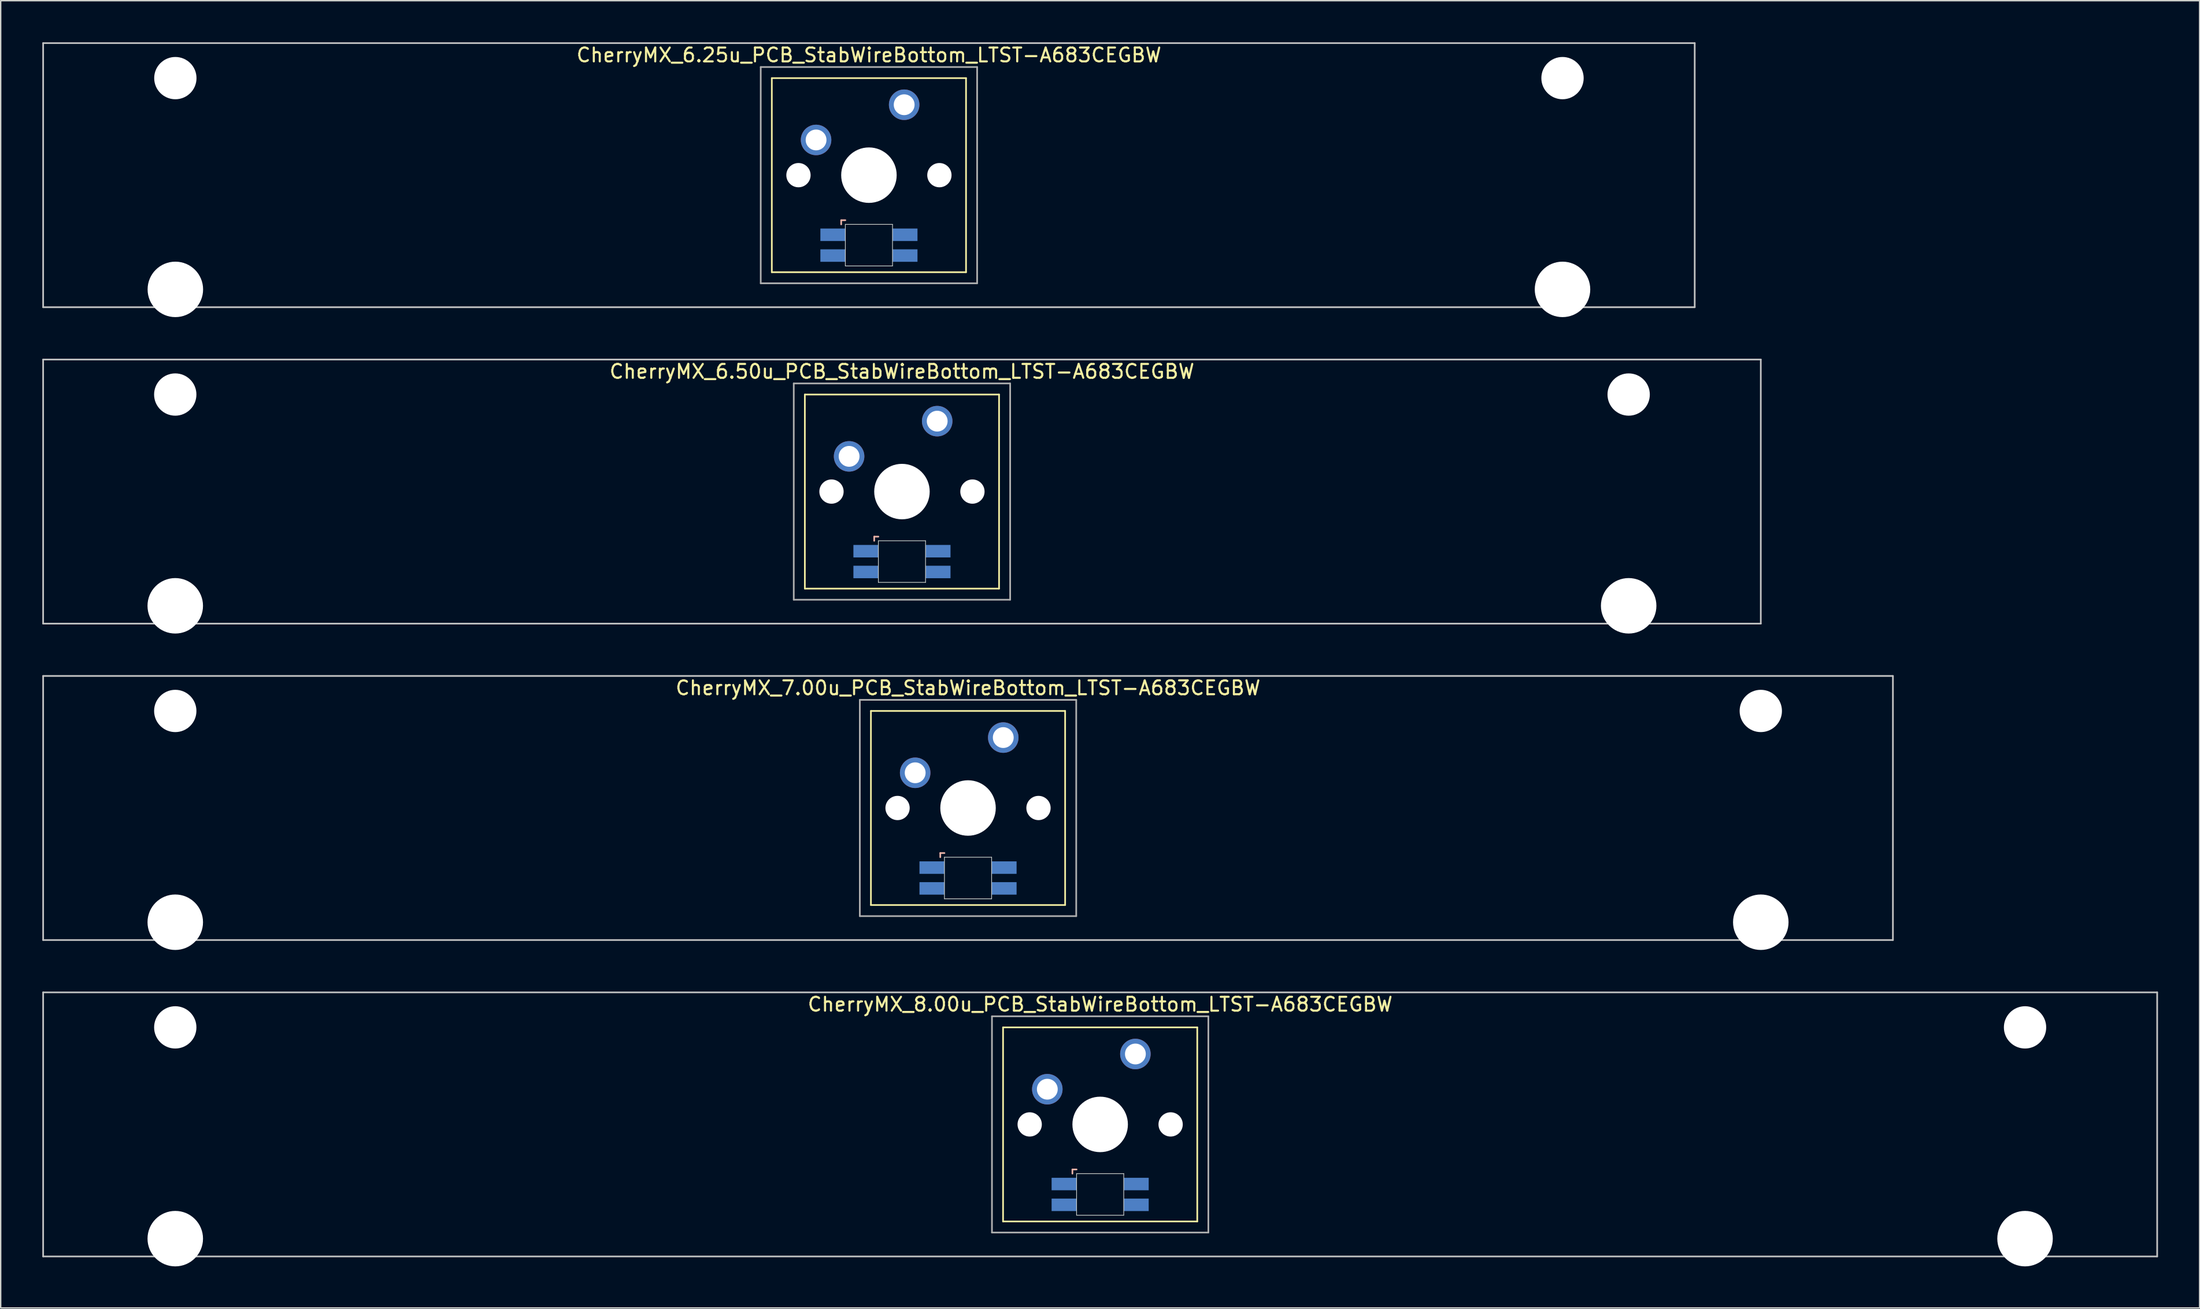
<source format=kicad_pcb>
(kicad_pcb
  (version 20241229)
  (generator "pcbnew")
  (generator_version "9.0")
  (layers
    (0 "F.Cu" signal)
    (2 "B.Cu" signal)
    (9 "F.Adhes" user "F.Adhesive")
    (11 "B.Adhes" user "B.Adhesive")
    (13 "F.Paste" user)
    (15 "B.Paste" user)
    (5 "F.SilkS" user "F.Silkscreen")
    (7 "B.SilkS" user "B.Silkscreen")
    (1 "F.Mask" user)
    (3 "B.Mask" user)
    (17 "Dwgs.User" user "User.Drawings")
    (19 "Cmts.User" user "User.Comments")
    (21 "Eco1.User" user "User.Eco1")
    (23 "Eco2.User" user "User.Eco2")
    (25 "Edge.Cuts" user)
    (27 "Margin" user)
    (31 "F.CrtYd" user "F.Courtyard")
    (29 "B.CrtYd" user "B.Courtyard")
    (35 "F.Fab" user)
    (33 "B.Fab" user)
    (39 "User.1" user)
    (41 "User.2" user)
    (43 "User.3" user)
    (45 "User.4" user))
  (footprint "CherryMX_8.00u_PCB_StabWireBottom_LTST-A683CEGBW"
    (layer "F.Cu")
    (at 76.26 78.06)
    (property "Reference" "CherryMX_8.00u_PCB_StabWireBottom_LTST-A683CEGBW" (at 0 -8.662 0) (layer "F.SilkS") (effects (font (size 1 1) (thickness 0.15))))
    (attr through_hole)
    (fp_line (start -7 -7) (end -7 7) (stroke (width 0.12) (type solid)) (layer "F.SilkS"))
    (fp_line (start -7 -7) (end 7 -7) (stroke (width 0.12) (type solid)) (layer "F.SilkS"))
    (fp_line (start 7 -7) (end 7 7) (stroke (width 0.12) (type solid)) (layer "F.SilkS"))
    (fp_line (start 7 7) (end -7 7) (stroke (width 0.12) (type solid)) (layer "F.SilkS"))
    (fp_line (start -2 3.25) (end -2 3.55) (stroke (width 0.12) (type solid)) (layer "B.SilkS"))
    (fp_line (start -1.7 3.25) (end -2 3.25) (stroke (width 0.12) (type solid)) (layer "B.SilkS"))
    (fp_line (start -76.2 -9.525) (end 76.2 -9.525) (stroke (width 0.12) (type solid)) (layer "Dwgs.User"))
    (fp_line (start -76.2 9.525) (end -76.2 -9.525) (stroke (width 0.12) (type solid)) (layer "Dwgs.User"))
    (fp_line (start 76.2 -9.525) (end 76.2 9.525) (stroke (width 0.12) (type solid)) (layer "Dwgs.User"))
    (fp_line (start 76.2 9.525) (end -76.2 9.525) (stroke (width 0.12) (type solid)) (layer "Dwgs.User"))
    (fp_line (start -1.7 3.55) (end 1.7 3.55) (stroke (width 0.05) (type solid)) (layer "Edge.Cuts"))
    (fp_line (start -1.7 6.55) (end -1.7 3.55) (stroke (width 0.05) (type solid)) (layer "Edge.Cuts"))
    (fp_line (start 1.7 3.55) (end 1.7 6.55) (stroke (width 0.05) (type solid)) (layer "Edge.Cuts"))
    (fp_line (start 1.7 6.55) (end -1.7 6.55) (stroke (width 0.05) (type solid)) (layer "Edge.Cuts"))
    (fp_line (start -7.8 -7.8) (end -7.8 7.8) (stroke (width 0.12) (type solid)) (layer "F.Fab"))
    (fp_line (start -7.8 -7.8) (end 7.8 -7.8) (stroke (width 0.12) (type solid)) (layer "F.Fab"))
    (fp_line (start -7.8 7.8) (end 7.8 7.8) (stroke (width 0.12) (type solid)) (layer "F.Fab"))
    (fp_line (start 7.8 -7.8) (end 7.8 7.8) (stroke (width 0.12) (type solid)) (layer "F.Fab"))
    (pad "" np_thru_hole circle (at -66.675 -7) (size 3.05 3.05) (drill 3.05) (layers "*.Cu" "*.Mask"))
    (pad "" np_thru_hole circle (at -66.675 8.24) (size 4 4) (drill 4) (layers "*.Cu" "*.Mask"))
    (pad "" np_thru_hole circle (at -5.08 0) (size 1.75 1.75) (drill 1.75) (layers "*.Cu" "*.Mask"))
    (pad "" np_thru_hole circle (at 0 0) (size 4 4) (drill 4) (layers "*.Cu" "*.Mask"))
    (pad "" np_thru_hole circle (at 5.08 0) (size 1.75 1.75) (drill 1.75) (layers "*.Cu" "*.Mask"))
    (pad "" np_thru_hole circle (at 66.675 -7) (size 3.05 3.05) (drill 3.05) (layers "*.Cu" "*.Mask"))
    (pad "" np_thru_hole circle (at 66.675 8.24) (size 4 4) (drill 4) (layers "*.Cu" "*.Mask"))
    (pad "1" thru_hole circle (at -3.81 -2.54) (size 2.2 2.2) (drill 1.5) (layers "*.Cu" "*.Mask"))
    (pad "2" thru_hole circle (at 2.54 -5.08) (size 2.2 2.2) (drill 1.5) (layers "*.Cu" "*.Mask"))
    (pad "3" smd rect (at -2.6 4.3) (size 1.8 0.9) (layers "B.Cu" "B.Mask" "B.Paste"))
    (pad "4" smd rect (at -2.6 5.8) (size 1.8 0.9) (layers "B.Cu" "B.Mask" "B.Paste"))
    (pad "5" smd rect (at 2.6 4.3) (size 1.8 0.9) (layers "B.Cu" "B.Mask" "B.Paste"))
    (pad "6" smd rect (at 2.6 5.8) (size 1.8 0.9) (layers "B.Cu" "B.Mask" "B.Paste")))
  (footprint "CherryMX_7.00u_PCB_StabWireBottom_LTST-A683CEGBW"
    (layer "F.Cu")
    (at 66.735 55.235)
    (property "Reference" "CherryMX_7.00u_PCB_StabWireBottom_LTST-A683CEGBW" (at 0 -8.662 0) (layer "F.SilkS") (effects (font (size 1 1) (thickness 0.15))))
    (attr through_hole)
    (fp_line (start -7 -7) (end -7 7) (stroke (width 0.12) (type solid)) (layer "F.SilkS"))
    (fp_line (start -7 -7) (end 7 -7) (stroke (width 0.12) (type solid)) (layer "F.SilkS"))
    (fp_line (start 7 -7) (end 7 7) (stroke (width 0.12) (type solid)) (layer "F.SilkS"))
    (fp_line (start 7 7) (end -7 7) (stroke (width 0.12) (type solid)) (layer "F.SilkS"))
    (fp_line (start -2 3.25) (end -2 3.55) (stroke (width 0.12) (type solid)) (layer "B.SilkS"))
    (fp_line (start -1.7 3.25) (end -2 3.25) (stroke (width 0.12) (type solid)) (layer "B.SilkS"))
    (fp_line (start -66.675 -9.525) (end 66.675 -9.525) (stroke (width 0.12) (type solid)) (layer "Dwgs.User"))
    (fp_line (start -66.675 9.525) (end -66.675 -9.525) (stroke (width 0.12) (type solid)) (layer "Dwgs.User"))
    (fp_line (start 66.675 -9.525) (end 66.675 9.525) (stroke (width 0.12) (type solid)) (layer "Dwgs.User"))
    (fp_line (start 66.675 9.525) (end -66.675 9.525) (stroke (width 0.12) (type solid)) (layer "Dwgs.User"))
    (fp_line (start -1.7 3.55) (end 1.7 3.55) (stroke (width 0.05) (type solid)) (layer "Edge.Cuts"))
    (fp_line (start -1.7 6.55) (end -1.7 3.55) (stroke (width 0.05) (type solid)) (layer "Edge.Cuts"))
    (fp_line (start 1.7 3.55) (end 1.7 6.55) (stroke (width 0.05) (type solid)) (layer "Edge.Cuts"))
    (fp_line (start 1.7 6.55) (end -1.7 6.55) (stroke (width 0.05) (type solid)) (layer "Edge.Cuts"))
    (fp_line (start -7.8 -7.8) (end -7.8 7.8) (stroke (width 0.12) (type solid)) (layer "F.Fab"))
    (fp_line (start -7.8 -7.8) (end 7.8 -7.8) (stroke (width 0.12) (type solid)) (layer "F.Fab"))
    (fp_line (start -7.8 7.8) (end 7.8 7.8) (stroke (width 0.12) (type solid)) (layer "F.Fab"))
    (fp_line (start 7.8 -7.8) (end 7.8 7.8) (stroke (width 0.12) (type solid)) (layer "F.Fab"))
    (pad "" np_thru_hole circle (at -57.15 -7) (size 3.05 3.05) (drill 3.05) (layers "*.Cu" "*.Mask"))
    (pad "" np_thru_hole circle (at -57.15 8.24) (size 4 4) (drill 4) (layers "*.Cu" "*.Mask"))
    (pad "" np_thru_hole circle (at -5.08 0) (size 1.75 1.75) (drill 1.75) (layers "*.Cu" "*.Mask"))
    (pad "" np_thru_hole circle (at 0 0) (size 4 4) (drill 4) (layers "*.Cu" "*.Mask"))
    (pad "" np_thru_hole circle (at 5.08 0) (size 1.75 1.75) (drill 1.75) (layers "*.Cu" "*.Mask"))
    (pad "" np_thru_hole circle (at 57.15 -7) (size 3.05 3.05) (drill 3.05) (layers "*.Cu" "*.Mask"))
    (pad "" np_thru_hole circle (at 57.15 8.24) (size 4 4) (drill 4) (layers "*.Cu" "*.Mask"))
    (pad "1" thru_hole circle (at -3.81 -2.54) (size 2.2 2.2) (drill 1.5) (layers "*.Cu" "*.Mask"))
    (pad "2" thru_hole circle (at 2.54 -5.08) (size 2.2 2.2) (drill 1.5) (layers "*.Cu" "*.Mask"))
    (pad "3" smd rect (at -2.6 4.3) (size 1.8 0.9) (layers "B.Cu" "B.Mask" "B.Paste"))
    (pad "4" smd rect (at -2.6 5.8) (size 1.8 0.9) (layers "B.Cu" "B.Mask" "B.Paste"))
    (pad "5" smd rect (at 2.6 4.3) (size 1.8 0.9) (layers "B.Cu" "B.Mask" "B.Paste"))
    (pad "6" smd rect (at 2.6 5.8) (size 1.8 0.9) (layers "B.Cu" "B.Mask" "B.Paste")))
  (footprint "CherryMX_6.50u_PCB_StabWireBottom_LTST-A683CEGBW"
    (layer "F.Cu")
    (at 61.972 32.41)
    (property "Reference" "CherryMX_6.50u_PCB_StabWireBottom_LTST-A683CEGBW" (at 0 -8.662 0) (layer "F.SilkS") (effects (font (size 1 1) (thickness 0.15))))
    (attr through_hole)
    (fp_line (start -7 -7) (end -7 7) (stroke (width 0.12) (type solid)) (layer "F.SilkS"))
    (fp_line (start -7 -7) (end 7 -7) (stroke (width 0.12) (type solid)) (layer "F.SilkS"))
    (fp_line (start 7 -7) (end 7 7) (stroke (width 0.12) (type solid)) (layer "F.SilkS"))
    (fp_line (start 7 7) (end -7 7) (stroke (width 0.12) (type solid)) (layer "F.SilkS"))
    (fp_line (start -2 3.25) (end -2 3.55) (stroke (width 0.12) (type solid)) (layer "B.SilkS"))
    (fp_line (start -1.7 3.25) (end -2 3.25) (stroke (width 0.12) (type solid)) (layer "B.SilkS"))
    (fp_line (start -61.913 -9.525) (end 61.913 -9.525) (stroke (width 0.12) (type solid)) (layer "Dwgs.User"))
    (fp_line (start -61.913 9.525) (end -61.913 -9.525) (stroke (width 0.12) (type solid)) (layer "Dwgs.User"))
    (fp_line (start 61.913 -9.525) (end 61.913 9.525) (stroke (width 0.12) (type solid)) (layer "Dwgs.User"))
    (fp_line (start 61.913 9.525) (end -61.913 9.525) (stroke (width 0.12) (type solid)) (layer "Dwgs.User"))
    (fp_line (start -1.7 3.55) (end 1.7 3.55) (stroke (width 0.05) (type solid)) (layer "Edge.Cuts"))
    (fp_line (start -1.7 6.55) (end -1.7 3.55) (stroke (width 0.05) (type solid)) (layer "Edge.Cuts"))
    (fp_line (start 1.7 3.55) (end 1.7 6.55) (stroke (width 0.05) (type solid)) (layer "Edge.Cuts"))
    (fp_line (start 1.7 6.55) (end -1.7 6.55) (stroke (width 0.05) (type solid)) (layer "Edge.Cuts"))
    (fp_line (start -7.8 -7.8) (end -7.8 7.8) (stroke (width 0.12) (type solid)) (layer "F.Fab"))
    (fp_line (start -7.8 -7.8) (end 7.8 -7.8) (stroke (width 0.12) (type solid)) (layer "F.Fab"))
    (fp_line (start -7.8 7.8) (end 7.8 7.8) (stroke (width 0.12) (type solid)) (layer "F.Fab"))
    (fp_line (start 7.8 -7.8) (end 7.8 7.8) (stroke (width 0.12) (type solid)) (layer "F.Fab"))
    (pad "" np_thru_hole circle (at -52.388 -7) (size 3.05 3.05) (drill 3.05) (layers "*.Cu" "*.Mask"))
    (pad "" np_thru_hole circle (at -52.388 8.24) (size 4 4) (drill 4) (layers "*.Cu" "*.Mask"))
    (pad "" np_thru_hole circle (at -5.08 0) (size 1.75 1.75) (drill 1.75) (layers "*.Cu" "*.Mask"))
    (pad "" np_thru_hole circle (at 0 0) (size 4 4) (drill 4) (layers "*.Cu" "*.Mask"))
    (pad "" np_thru_hole circle (at 5.08 0) (size 1.75 1.75) (drill 1.75) (layers "*.Cu" "*.Mask"))
    (pad "" np_thru_hole circle (at 52.388 -7) (size 3.05 3.05) (drill 3.05) (layers "*.Cu" "*.Mask"))
    (pad "" np_thru_hole circle (at 52.388 8.24) (size 4 4) (drill 4) (layers "*.Cu" "*.Mask"))
    (pad "1" thru_hole circle (at -3.81 -2.54) (size 2.2 2.2) (drill 1.5) (layers "*.Cu" "*.Mask"))
    (pad "2" thru_hole circle (at 2.54 -5.08) (size 2.2 2.2) (drill 1.5) (layers "*.Cu" "*.Mask"))
    (pad "3" smd rect (at -2.6 4.3) (size 1.8 0.9) (layers "B.Cu" "B.Mask" "B.Paste"))
    (pad "4" smd rect (at -2.6 5.8) (size 1.8 0.9) (layers "B.Cu" "B.Mask" "B.Paste"))
    (pad "5" smd rect (at 2.6 4.3) (size 1.8 0.9) (layers "B.Cu" "B.Mask" "B.Paste"))
    (pad "6" smd rect (at 2.6 5.8) (size 1.8 0.9) (layers "B.Cu" "B.Mask" "B.Paste")))
  (footprint "CherryMX_6.25u_PCB_StabWireBottom_LTST-A683CEGBW"
    (layer "F.Cu")
    (at 59.591 9.585)
    (property "Reference" "CherryMX_6.25u_PCB_StabWireBottom_LTST-A683CEGBW" (at 0 -8.662 0) (layer "F.SilkS") (effects (font (size 1 1) (thickness 0.15))))
    (attr through_hole)
    (fp_line (start -7 -7) (end -7 7) (stroke (width 0.12) (type solid)) (layer "F.SilkS"))
    (fp_line (start -7 -7) (end 7 -7) (stroke (width 0.12) (type solid)) (layer "F.SilkS"))
    (fp_line (start 7 -7) (end 7 7) (stroke (width 0.12) (type solid)) (layer "F.SilkS"))
    (fp_line (start 7 7) (end -7 7) (stroke (width 0.12) (type solid)) (layer "F.SilkS"))
    (fp_line (start -2 3.25) (end -2 3.55) (stroke (width 0.12) (type solid)) (layer "B.SilkS"))
    (fp_line (start -1.7 3.25) (end -2 3.25) (stroke (width 0.12) (type solid)) (layer "B.SilkS"))
    (fp_line (start -59.531 -9.525) (end 59.531 -9.525) (stroke (width 0.12) (type solid)) (layer "Dwgs.User"))
    (fp_line (start -59.531 9.525) (end -59.531 -9.525) (stroke (width 0.12) (type solid)) (layer "Dwgs.User"))
    (fp_line (start 59.531 -9.525) (end 59.531 9.525) (stroke (width 0.12) (type solid)) (layer "Dwgs.User"))
    (fp_line (start 59.531 9.525) (end -59.531 9.525) (stroke (width 0.12) (type solid)) (layer "Dwgs.User"))
    (fp_line (start -1.7 3.55) (end 1.7 3.55) (stroke (width 0.05) (type solid)) (layer "Edge.Cuts"))
    (fp_line (start -1.7 6.55) (end -1.7 3.55) (stroke (width 0.05) (type solid)) (layer "Edge.Cuts"))
    (fp_line (start 1.7 3.55) (end 1.7 6.55) (stroke (width 0.05) (type solid)) (layer "Edge.Cuts"))
    (fp_line (start 1.7 6.55) (end -1.7 6.55) (stroke (width 0.05) (type solid)) (layer "Edge.Cuts"))
    (fp_line (start -7.8 -7.8) (end -7.8 7.8) (stroke (width 0.12) (type solid)) (layer "F.Fab"))
    (fp_line (start -7.8 -7.8) (end 7.8 -7.8) (stroke (width 0.12) (type solid)) (layer "F.Fab"))
    (fp_line (start -7.8 7.8) (end 7.8 7.8) (stroke (width 0.12) (type solid)) (layer "F.Fab"))
    (fp_line (start 7.8 -7.8) (end 7.8 7.8) (stroke (width 0.12) (type solid)) (layer "F.Fab"))
    (pad "" np_thru_hole circle (at -50 -7) (size 3.05 3.05) (drill 3.05) (layers "*.Cu" "*.Mask"))
    (pad "" np_thru_hole circle (at -50 8.24) (size 4 4) (drill 4) (layers "*.Cu" "*.Mask"))
    (pad "" np_thru_hole circle (at -5.08 0) (size 1.75 1.75) (drill 1.75) (layers "*.Cu" "*.Mask"))
    (pad "" np_thru_hole circle (at 0 0) (size 4 4) (drill 4) (layers "*.Cu" "*.Mask"))
    (pad "" np_thru_hole circle (at 5.08 0) (size 1.75 1.75) (drill 1.75) (layers "*.Cu" "*.Mask"))
    (pad "" np_thru_hole circle (at 50 -7) (size 3.05 3.05) (drill 3.05) (layers "*.Cu" "*.Mask"))
    (pad "" np_thru_hole circle (at 50 8.24) (size 4 4) (drill 4) (layers "*.Cu" "*.Mask"))
    (pad "1" thru_hole circle (at -3.81 -2.54) (size 2.2 2.2) (drill 1.5) (layers "*.Cu" "*.Mask"))
    (pad "2" thru_hole circle (at 2.54 -5.08) (size 2.2 2.2) (drill 1.5) (layers "*.Cu" "*.Mask"))
    (pad "3" smd rect (at -2.6 4.3) (size 1.8 0.9) (layers "B.Cu" "B.Mask" "B.Paste"))
    (pad "4" smd rect (at -2.6 5.8) (size 1.8 0.9) (layers "B.Cu" "B.Mask" "B.Paste"))
    (pad "5" smd rect (at 2.6 4.3) (size 1.8 0.9) (layers "B.Cu" "B.Mask" "B.Paste"))
    (pad "6" smd rect (at 2.6 5.8) (size 1.8 0.9) (layers "B.Cu" "B.Mask" "B.Paste")))
  (gr_rect
    (start -3 -3)
    (end 155.52 91.3)
    (stroke (width 0.1) (type default))
    (fill no)
    (layer "Edge.Cuts")))
</source>
